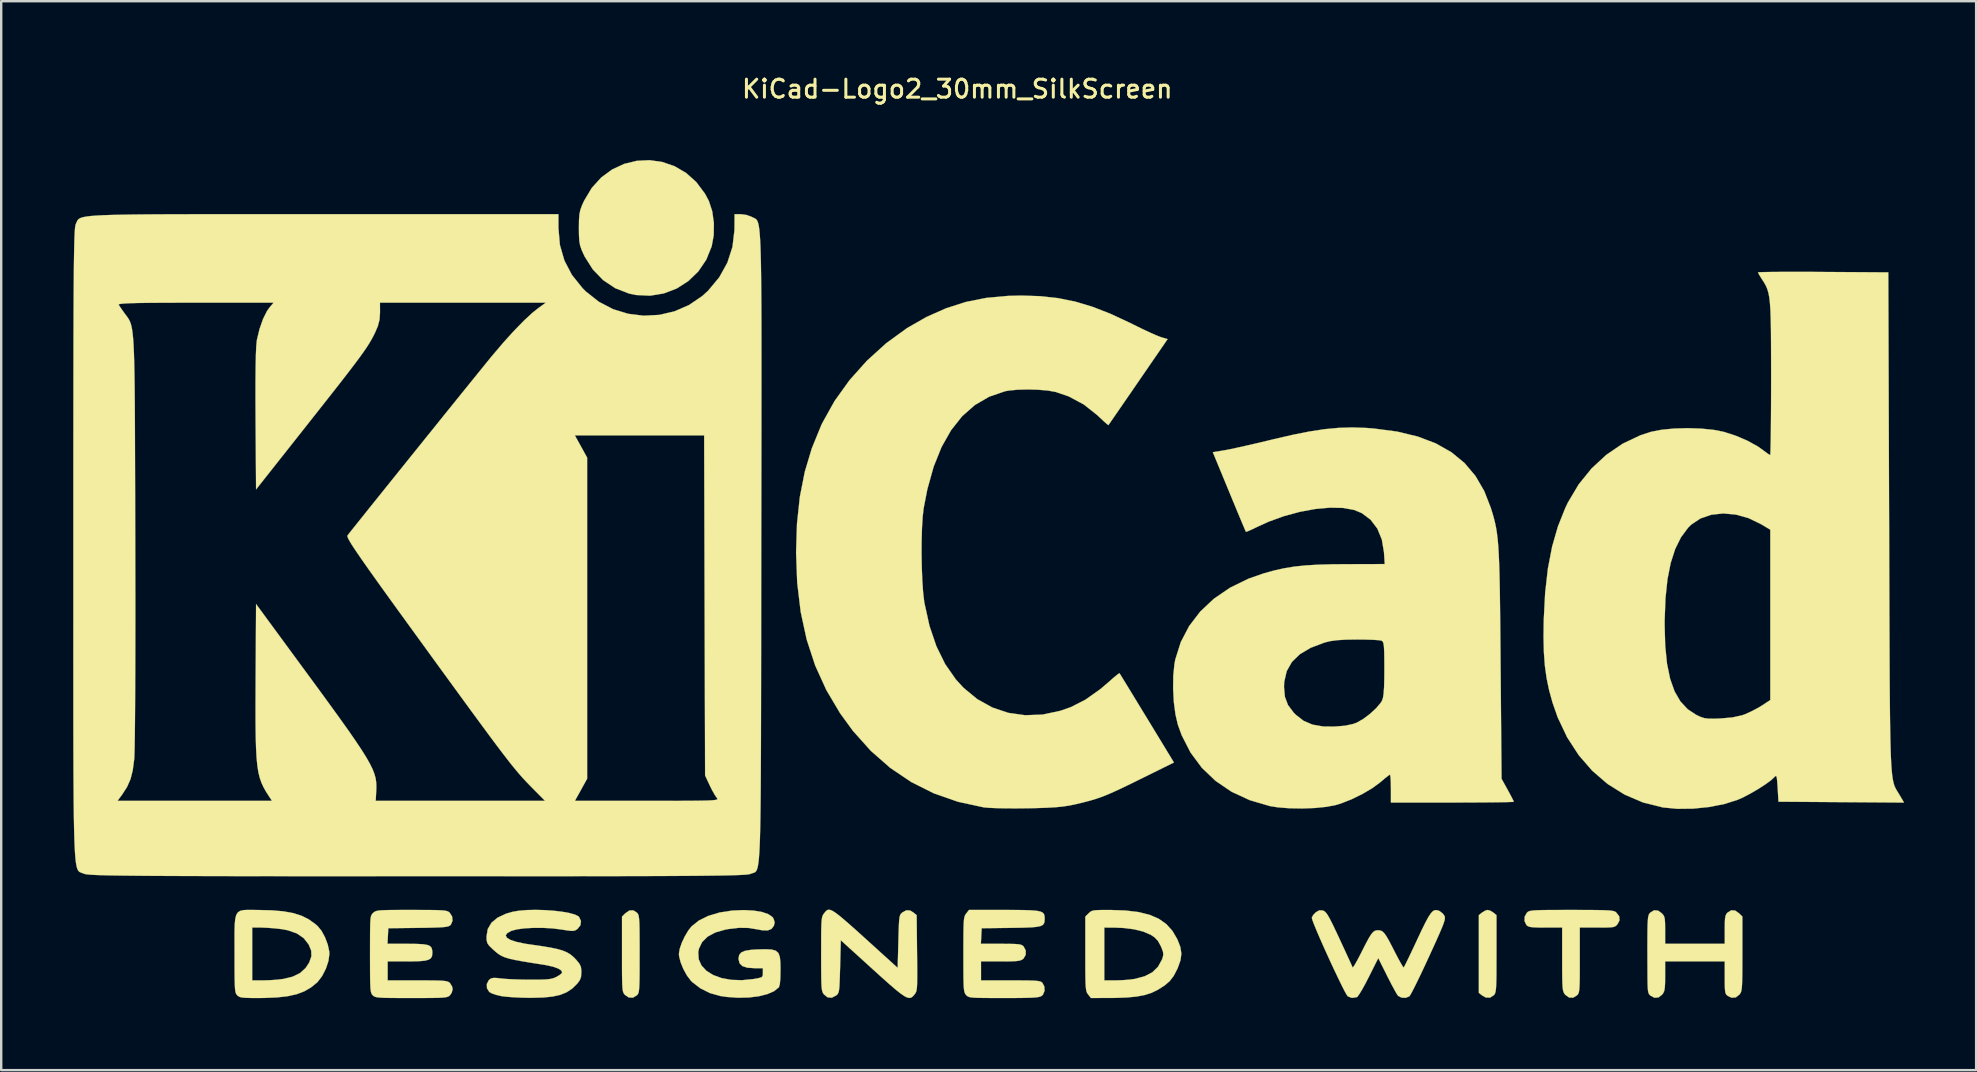
<source format=kicad_pcb>
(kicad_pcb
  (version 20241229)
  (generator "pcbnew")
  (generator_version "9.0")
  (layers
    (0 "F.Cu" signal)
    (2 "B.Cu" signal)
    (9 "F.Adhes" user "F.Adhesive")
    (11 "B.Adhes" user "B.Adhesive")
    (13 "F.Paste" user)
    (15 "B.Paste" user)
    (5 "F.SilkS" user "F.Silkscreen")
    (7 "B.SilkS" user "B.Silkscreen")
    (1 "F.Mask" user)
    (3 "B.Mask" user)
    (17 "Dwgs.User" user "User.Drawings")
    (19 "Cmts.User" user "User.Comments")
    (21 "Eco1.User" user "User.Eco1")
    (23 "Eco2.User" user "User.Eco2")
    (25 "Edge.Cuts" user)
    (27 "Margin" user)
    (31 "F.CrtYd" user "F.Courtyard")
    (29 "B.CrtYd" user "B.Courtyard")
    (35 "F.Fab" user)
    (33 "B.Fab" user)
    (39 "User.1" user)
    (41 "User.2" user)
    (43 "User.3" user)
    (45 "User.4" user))
  (footprint "KiCad-Logo2_30mm_SilkScreen"
    (layer "F.Cu")
    (at 38.106 18.438)
    (property "Reference" "KiCad-Logo2_30mm_SilkScreen" (at -1.27 -17.78 0) (layer "F.SilkS") (effects (font (size 0.75 0.75) (thickness 0.125))))
    (attr exclude_from_pos_files exclude_from_bom allow_missing_courtyard)
    (fp_poly (pts (xy 20.943 16.459) (xy 21.062 16.533) (xy 21.195 16.641) (xy 21.195 18.249) (xy 21.194 18.719) (xy 21.193 19.09) (xy 21.189 19.374) (xy 21.182 19.584) (xy 21.171 19.734) (xy 21.155 19.836) (xy 21.134 19.905) (xy 21.107 19.952) (xy 21.087 19.975) (xy 20.93 20.078) (xy 20.751 20.074) (xy 20.594 19.986) (xy 20.461 19.878) (xy 20.461 16.641) (xy 20.594 16.533) (xy 20.723 16.455) (xy 20.828 16.425) (xy 20.943 16.459)) (stroke (width 0.01) (type solid)) (fill yes) (layer "F.SilkS"))
    (fp_poly (pts (xy -14.619 16.538) (xy -14.586 16.576) (xy -14.56 16.625) (xy -14.541 16.698) (xy -14.527 16.808) (xy -14.517 16.968) (xy -14.511 17.192) (xy -14.508 17.492) (xy -14.506 17.881) (xy -14.506 18.26) (xy -14.507 18.729) (xy -14.508 19.098) (xy -14.512 19.381) (xy -14.519 19.59) (xy -14.529 19.739) (xy -14.544 19.84) (xy -14.565 19.907) (xy -14.593 19.952) (xy -14.619 19.981) (xy -14.784 20.08) (xy -14.96 20.071) (xy -15.117 19.964) (xy -15.153 19.922) (xy -15.182 19.873) (xy -15.203 19.804) (xy -15.218 19.702) (xy -15.229 19.553) (xy -15.235 19.343) (xy -15.239 19.059) (xy -15.24 18.688) (xy -15.24 18.268) (xy -15.24 16.702) (xy -15.101 16.564) (xy -14.931 16.447) (xy -14.765 16.443) (xy -14.619 16.538)) (stroke (width 0.01) (type solid)) (fill yes) (layer "F.SilkS"))
    (fp_poly (pts (xy -13.557 -14.738) (xy -13.044 -14.56) (xy -12.567 -14.28) (xy -12.141 -13.898) (xy -11.781 -13.415) (xy -11.619 -13.11) (xy -11.48 -12.683) (xy -11.412 -12.191) (xy -11.419 -11.684) (xy -11.503 -11.226) (xy -11.73 -10.665) (xy -12.061 -10.179) (xy -12.477 -9.777) (xy -12.961 -9.468) (xy -13.499 -9.262) (xy -14.071 -9.168) (xy -14.662 -9.197) (xy -14.953 -9.259) (xy -15.521 -9.48) (xy -16.025 -9.817) (xy -16.454 -10.26) (xy -16.795 -10.798) (xy -16.823 -10.856) (xy -16.923 -11.077) (xy -16.986 -11.263) (xy -17.02 -11.459) (xy -17.033 -11.71) (xy -17.036 -11.983) (xy -17.032 -12.311) (xy -17.015 -12.549) (xy -16.976 -12.741) (xy -16.906 -12.933) (xy -16.82 -13.122) (xy -16.498 -13.66) (xy -16.103 -14.095) (xy -15.648 -14.428) (xy -15.151 -14.659) (xy -14.626 -14.787) (xy -14.09 -14.814) (xy -13.557 -14.738)) (stroke (width 0.01) (type solid)) (fill yes) (layer "F.SilkS"))
    (fp_poly (pts (xy 24.815 16.426) (xy 25.209 16.428) (xy 25.514 16.432) (xy 25.744 16.438) (xy 25.911 16.448) (xy 26.026 16.463) (xy 26.103 16.481) (xy 26.154 16.506) (xy 26.179 16.524) (xy 26.307 16.687) (xy 26.323 16.856) (xy 26.244 17.009) (xy 26.192 17.07) (xy 26.136 17.112) (xy 26.055 17.138) (xy 25.928 17.152) (xy 25.734 17.158) (xy 25.451 17.159) (xy 25.396 17.159) (xy 24.666 17.159) (xy 24.666 18.514) (xy 24.666 18.941) (xy 24.664 19.269) (xy 24.659 19.514) (xy 24.65 19.689) (xy 24.636 19.809) (xy 24.616 19.888) (xy 24.588 19.941) (xy 24.553 19.981) (xy 24.389 20.081) (xy 24.217 20.073) (xy 24.061 19.96) (xy 24.049 19.945) (xy 24.012 19.892) (xy 23.984 19.83) (xy 23.963 19.744) (xy 23.949 19.619) (xy 23.94 19.439) (xy 23.935 19.19) (xy 23.933 18.857) (xy 23.932 18.478) (xy 23.932 17.159) (xy 23.236 17.159) (xy 22.937 17.157) (xy 22.73 17.149) (xy 22.594 17.133) (xy 22.508 17.105) (xy 22.452 17.063) (xy 22.445 17.056) (xy 22.364 16.89) (xy 22.371 16.702) (xy 22.465 16.538) (xy 22.501 16.506) (xy 22.548 16.481) (xy 22.618 16.462) (xy 22.723 16.448) (xy 22.877 16.438) (xy 23.091 16.431) (xy 23.378 16.427) (xy 23.751 16.426) (xy 24.221 16.425) (xy 24.321 16.425) (xy 24.815 16.426)) (stroke (width 0.01) (type solid)) (fill yes) (layer "F.SilkS"))
    (fp_poly (pts (xy 31.144 16.453) (xy 31.301 16.564) (xy 31.44 16.702) (xy 31.44 18.25) (xy 31.439 18.709) (xy 31.437 19.069) (xy 31.433 19.344) (xy 31.426 19.547) (xy 31.415 19.692) (xy 31.398 19.792) (xy 31.376 19.862) (xy 31.346 19.914) (xy 31.323 19.945) (xy 31.169 20.068) (xy 30.992 20.082) (xy 30.831 20.006) (xy 30.778 19.962) (xy 30.742 19.903) (xy 30.721 19.808) (xy 30.71 19.655) (xy 30.706 19.423) (xy 30.706 19.244) (xy 30.706 18.57) (xy 28.222 18.57) (xy 28.222 19.183) (xy 28.22 19.464) (xy 28.209 19.657) (xy 28.188 19.787) (xy 28.15 19.879) (xy 28.105 19.945) (xy 27.951 20.068) (xy 27.776 20.083) (xy 27.609 19.995) (xy 27.563 19.95) (xy 27.531 19.889) (xy 27.509 19.795) (xy 27.497 19.648) (xy 27.49 19.43) (xy 27.487 19.121) (xy 27.487 19.05) (xy 27.484 18.468) (xy 27.483 17.989) (xy 27.484 17.601) (xy 27.486 17.294) (xy 27.491 17.058) (xy 27.5 16.883) (xy 27.511 16.756) (xy 27.527 16.669) (xy 27.548 16.61) (xy 27.573 16.569) (xy 27.601 16.538) (xy 27.761 16.439) (xy 27.927 16.453) (xy 28.084 16.564) (xy 28.147 16.636) (xy 28.188 16.715) (xy 28.21 16.828) (xy 28.22 17) (xy 28.222 17.259) (xy 28.222 17.269) (xy 28.222 17.836) (xy 30.706 17.836) (xy 30.706 17.244) (xy 30.708 16.971) (xy 30.718 16.786) (xy 30.74 16.667) (xy 30.777 16.587) (xy 30.819 16.538) (xy 30.978 16.439) (xy 31.144 16.453)) (stroke (width 0.01) (type solid)) (fill yes) (layer "F.SilkS"))
    (fp_poly (pts (xy 5.092 16.426) (xy 5.736 16.448) (xy 6.285 16.514) (xy 6.746 16.629) (xy 7.129 16.795) (xy 7.443 17.018) (xy 7.696 17.301) (xy 7.898 17.648) (xy 7.902 17.657) (xy 8.023 17.967) (xy 8.066 18.243) (xy 8.031 18.519) (xy 7.918 18.835) (xy 7.897 18.883) (xy 7.751 19.165) (xy 7.587 19.382) (xy 7.375 19.567) (xy 7.086 19.751) (xy 7.069 19.76) (xy 6.818 19.881) (xy 6.533 19.971) (xy 6.198 20.034) (xy 5.793 20.073) (xy 5.3 20.09) (xy 5.126 20.091) (xy 4.298 20.094) (xy 4.181 19.945) (xy 4.146 19.897) (xy 4.119 19.839) (xy 4.099 19.76) (xy 4.084 19.646) (xy 4.074 19.482) (xy 4.071 19.36) (xy 4.854 19.36) (xy 5.324 19.36) (xy 5.598 19.352) (xy 5.88 19.331) (xy 6.112 19.301) (xy 6.126 19.299) (xy 6.537 19.189) (xy 6.856 19.023) (xy 7.092 18.794) (xy 7.257 18.495) (xy 7.286 18.415) (xy 7.314 18.292) (xy 7.301 18.17) (xy 7.242 18.007) (xy 7.207 17.927) (xy 7.09 17.715) (xy 6.949 17.566) (xy 6.795 17.463) (xy 6.485 17.328) (xy 6.088 17.23) (xy 5.626 17.174) (xy 5.292 17.161) (xy 4.854 17.159) (xy 4.854 19.36) (xy 4.071 19.36) (xy 4.068 19.255) (xy 4.065 18.952) (xy 4.064 18.558) (xy 4.064 18.25) (xy 4.064 16.702) (xy 4.203 16.564) (xy 4.264 16.508) (xy 4.331 16.469) (xy 4.423 16.445) (xy 4.564 16.432) (xy 4.774 16.427) (xy 5.074 16.426) (xy 5.092 16.426)) (stroke (width 0.01) (type solid)) (fill yes) (layer "F.SilkS"))
    (fp_poly (pts (xy -30.607 16.425) (xy -30.409 16.427) (xy -29.831 16.441) (xy -29.347 16.483) (xy -28.94 16.556) (xy -28.594 16.666) (xy -28.292 16.817) (xy -28.019 17.013) (xy -27.921 17.098) (xy -27.759 17.297) (xy -27.613 17.567) (xy -27.5 17.867) (xy -27.438 18.154) (xy -27.432 18.26) (xy -27.472 18.554) (xy -27.579 18.875) (xy -27.735 19.179) (xy -27.919 19.422) (xy -27.949 19.451) (xy -28.203 19.657) (xy -28.481 19.817) (xy -28.798 19.937) (xy -29.172 20.02) (xy -29.619 20.07) (xy -30.153 20.092) (xy -30.398 20.094) (xy -30.709 20.093) (xy -30.928 20.086) (xy -31.075 20.073) (xy -31.17 20.049) (xy -31.235 20.013) (xy -31.27 19.981) (xy -31.303 19.943) (xy -31.329 19.895) (xy -31.349 19.822) (xy -31.363 19.712) (xy -31.372 19.551) (xy -31.378 19.328) (xy -31.382 19.028) (xy -31.383 18.638) (xy -31.383 18.26) (xy -31.384 17.755) (xy -31.384 17.352) (xy -31.379 17.159) (xy -30.649 17.159) (xy -30.649 19.36) (xy -30.184 19.36) (xy -29.903 19.352) (xy -29.61 19.331) (xy -29.365 19.302) (xy -29.358 19.301) (xy -28.962 19.205) (xy -28.655 19.056) (xy -28.422 18.844) (xy -28.273 18.615) (xy -28.182 18.36) (xy -28.189 18.121) (xy -28.295 17.865) (xy -28.502 17.599) (xy -28.79 17.403) (xy -29.164 17.272) (xy -29.414 17.225) (xy -29.697 17.193) (xy -29.998 17.169) (xy -30.253 17.159) (xy -30.268 17.159) (xy -30.649 17.159) (xy -31.379 17.159) (xy -31.376 17.039) (xy -31.355 16.805) (xy -31.314 16.639) (xy -31.248 16.529) (xy -31.15 16.464) (xy -31.014 16.432) (xy -30.835 16.423) (xy -30.607 16.425)) (stroke (width 0.01) (type solid)) (fill yes) (layer "F.SilkS"))
    (fp_poly (pts (xy -6.501 16.447) (xy -6.383 16.516) (xy -6.229 16.629) (xy -6.03 16.792) (xy -5.78 17.009) (xy -5.469 17.285) (xy -5.09 17.627) (xy -4.657 18.02) (xy -3.754 18.839) (xy -3.725 17.74) (xy -3.715 17.362) (xy -3.705 17.08) (xy -3.694 16.879) (xy -3.678 16.741) (xy -3.656 16.652) (xy -3.626 16.594) (xy -3.585 16.551) (xy -3.564 16.533) (xy -3.391 16.438) (xy -3.227 16.452) (xy -3.097 16.533) (xy -2.963 16.641) (xy -2.947 18.216) (xy -2.942 18.679) (xy -2.94 19.043) (xy -2.941 19.321) (xy -2.945 19.527) (xy -2.954 19.674) (xy -2.969 19.776) (xy -2.99 19.847) (xy -3.018 19.9) (xy -3.05 19.942) (xy -3.117 20.021) (xy -3.184 20.073) (xy -3.261 20.093) (xy -3.355 20.075) (xy -3.477 20.014) (xy -3.636 19.904) (xy -3.842 19.74) (xy -4.103 19.515) (xy -4.429 19.224) (xy -4.798 18.89) (xy -6.124 17.687) (xy -6.152 18.783) (xy -6.163 19.161) (xy -6.173 19.442) (xy -6.184 19.643) (xy -6.2 19.779) (xy -6.222 19.869) (xy -6.252 19.926) (xy -6.293 19.969) (xy -6.314 19.986) (xy -6.499 20.082) (xy -6.674 20.067) (xy -6.826 19.945) (xy -6.86 19.896) (xy -6.888 19.839) (xy -6.908 19.76) (xy -6.923 19.645) (xy -6.932 19.48) (xy -6.938 19.253) (xy -6.941 18.948) (xy -6.943 18.552) (xy -6.943 18.26) (xy -6.942 17.802) (xy -6.941 17.443) (xy -6.937 17.17) (xy -6.929 16.969) (xy -6.918 16.825) (xy -6.901 16.725) (xy -6.878 16.656) (xy -6.848 16.604) (xy -6.826 16.574) (xy -6.769 16.503) (xy -6.717 16.45) (xy -6.659 16.419) (xy -6.59 16.417) (xy -6.501 16.447)) (stroke (width 0.01) (type solid)) (fill yes) (layer "F.SilkS"))
    (fp_poly (pts (xy -9.75 16.453) (xy -9.408 16.51) (xy -9.145 16.6) (xy -8.974 16.717) (xy -8.927 16.785) (xy -8.879 16.941) (xy -8.911 17.082) (xy -9.012 17.216) (xy -9.169 17.279) (xy -9.396 17.273) (xy -9.572 17.24) (xy -9.962 17.175) (xy -10.361 17.169) (xy -10.808 17.221) (xy -10.931 17.243) (xy -11.346 17.361) (xy -11.671 17.535) (xy -11.902 17.763) (xy -12.036 18.042) (xy -12.063 18.187) (xy -12.045 18.48) (xy -11.929 18.739) (xy -11.724 18.96) (xy -11.442 19.136) (xy -11.094 19.264) (xy -10.689 19.338) (xy -10.239 19.352) (xy -9.755 19.303) (xy -9.727 19.298) (xy -9.534 19.262) (xy -9.427 19.228) (xy -9.381 19.176) (xy -9.37 19.09) (xy -9.37 19.044) (xy -9.37 18.852) (xy -9.712 18.852) (xy -10.014 18.832) (xy -10.221 18.766) (xy -10.341 18.649) (xy -10.384 18.475) (xy -10.385 18.452) (xy -10.359 18.303) (xy -10.272 18.197) (xy -10.11 18.127) (xy -9.859 18.086) (xy -9.616 18.071) (xy -9.262 18.062) (xy -9.006 18.075) (xy -8.831 18.124) (xy -8.722 18.222) (xy -8.664 18.382) (xy -8.64 18.619) (xy -8.636 18.93) (xy -8.643 19.278) (xy -8.664 19.514) (xy -8.7 19.64) (xy -8.707 19.65) (xy -8.901 19.808) (xy -9.186 19.932) (xy -9.544 20.022) (xy -9.957 20.073) (xy -10.406 20.083) (xy -10.873 20.05) (xy -11.148 20.01) (xy -11.579 19.888) (xy -11.979 19.688) (xy -12.315 19.429) (xy -12.366 19.378) (xy -12.532 19.16) (xy -12.681 18.891) (xy -12.797 18.608) (xy -12.861 18.351) (xy -12.869 18.253) (xy -12.836 18.047) (xy -12.748 17.791) (xy -12.621 17.522) (xy -12.474 17.276) (xy -12.344 17.112) (xy -12.039 16.867) (xy -11.645 16.673) (xy -11.176 16.532) (xy -10.646 16.451) (xy -10.16 16.431) (xy -9.75 16.453)) (stroke (width 0.01) (type solid)) (fill yes) (layer "F.SilkS"))
    (fp_poly (pts (xy 1.152 16.426) (xy 1.534 16.431) (xy 1.826 16.442) (xy 2.041 16.461) (xy 2.191 16.491) (xy 2.287 16.535) (xy 2.341 16.596) (xy 2.365 16.675) (xy 2.371 16.775) (xy 2.371 16.787) (xy 2.366 16.9) (xy 2.342 16.988) (xy 2.287 17.053) (xy 2.187 17.1) (xy 2.029 17.131) (xy 1.801 17.151) (xy 1.49 17.163) (xy 1.081 17.17) (xy 0.956 17.172) (xy -0.254 17.187) (xy -0.271 17.512) (xy -0.288 17.836) (xy 0.553 17.836) (xy 0.881 17.838) (xy 1.116 17.843) (xy 1.275 17.854) (xy 1.379 17.874) (xy 1.445 17.904) (xy 1.494 17.947) (xy 1.494 17.947) (xy 1.582 18.116) (xy 1.579 18.297) (xy 1.487 18.452) (xy 1.468 18.468) (xy 1.404 18.509) (xy 1.315 18.538) (xy 1.183 18.556) (xy 0.987 18.566) (xy 0.708 18.57) (xy 0.53 18.57) (xy -0.282 18.57) (xy -0.282 19.36) (xy 0.951 19.36) (xy 1.358 19.361) (xy 1.667 19.364) (xy 1.893 19.37) (xy 2.051 19.381) (xy 2.156 19.398) (xy 2.223 19.421) (xy 2.266 19.452) (xy 2.277 19.464) (xy 2.358 19.621) (xy 2.364 19.801) (xy 2.298 19.956) (xy 2.245 20.006) (xy 2.191 20.034) (xy 2.106 20.055) (xy 1.978 20.071) (xy 1.794 20.082) (xy 1.539 20.089) (xy 1.2 20.093) (xy 0.765 20.094) (xy 0.667 20.094) (xy 0.225 20.094) (xy -0.119 20.092) (xy -0.377 20.088) (xy -0.564 20.081) (xy -0.694 20.069) (xy -0.78 20.051) (xy -0.837 20.026) (xy -0.878 19.994) (xy -0.901 19.971) (xy -0.935 19.929) (xy -0.961 19.878) (xy -0.981 19.804) (xy -0.996 19.693) (xy -1.006 19.532) (xy -1.012 19.307) (xy -1.015 19.006) (xy -1.016 18.615) (xy -1.016 18.285) (xy -1.016 17.823) (xy -1.014 17.461) (xy -1.01 17.184) (xy -1.003 16.979) (xy -0.992 16.832) (xy -0.975 16.731) (xy -0.953 16.66) (xy -0.924 16.607) (xy -0.899 16.574) (xy -0.782 16.425) (xy 0.669 16.425) (xy 1.152 16.426)) (stroke (width 0.01) (type solid)) (fill yes) (layer "F.SilkS"))
    (fp_poly (pts (xy -23.564 16.426) (xy -23.217 16.428) (xy -22.955 16.432) (xy -22.764 16.44) (xy -22.631 16.452) (xy -22.541 16.47) (xy -22.48 16.494) (xy -22.435 16.526) (xy -22.419 16.54) (xy -22.32 16.696) (xy -22.302 16.874) (xy -22.367 17.033) (xy -22.398 17.065) (xy -22.446 17.096) (xy -22.525 17.12) (xy -22.647 17.138) (xy -22.828 17.151) (xy -23.083 17.16) (xy -23.425 17.168) (xy -23.738 17.172) (xy -24.977 17.187) (xy -24.994 17.512) (xy -25.011 17.836) (xy -24.17 17.836) (xy -23.805 17.84) (xy -23.538 17.853) (xy -23.353 17.882) (xy -23.236 17.932) (xy -23.172 18.008) (xy -23.146 18.117) (xy -23.142 18.219) (xy -23.155 18.343) (xy -23.201 18.435) (xy -23.297 18.498) (xy -23.456 18.539) (xy -23.692 18.561) (xy -24.02 18.569) (xy -24.199 18.57) (xy -25.005 18.57) (xy -25.005 19.36) (xy -23.763 19.36) (xy -23.356 19.361) (xy -23.047 19.364) (xy -22.82 19.369) (xy -22.66 19.38) (xy -22.553 19.396) (xy -22.482 19.419) (xy -22.433 19.45) (xy -22.408 19.473) (xy -22.323 19.608) (xy -22.296 19.727) (xy -22.335 19.873) (xy -22.408 19.981) (xy -22.448 20.015) (xy -22.498 20.042) (xy -22.574 20.061) (xy -22.689 20.076) (xy -22.856 20.085) (xy -23.088 20.09) (xy -23.401 20.093) (xy -23.807 20.094) (xy -24.017 20.094) (xy -24.468 20.094) (xy -24.82 20.092) (xy -25.086 20.088) (xy -25.28 20.08) (xy -25.415 20.068) (xy -25.506 20.051) (xy -25.566 20.028) (xy -25.609 19.997) (xy -25.626 19.981) (xy -25.659 19.943) (xy -25.685 19.894) (xy -25.704 19.821) (xy -25.718 19.711) (xy -25.728 19.55) (xy -25.734 19.326) (xy -25.737 19.024) (xy -25.738 18.634) (xy -25.739 18.27) (xy -25.738 17.804) (xy -25.737 17.437) (xy -25.734 17.157) (xy -25.728 16.951) (xy -25.718 16.804) (xy -25.703 16.705) (xy -25.681 16.639) (xy -25.653 16.594) (xy -25.617 16.556) (xy -25.608 16.548) (xy -25.565 16.511) (xy -25.514 16.482) (xy -25.443 16.461) (xy -25.337 16.445) (xy -25.182 16.435) (xy -24.964 16.429) (xy -24.669 16.426) (xy -24.284 16.425) (xy -24.01 16.425) (xy -23.564 16.426)) (stroke (width 0.01) (type solid)) (fill yes) (layer "F.SilkS"))
    (fp_poly (pts (xy 18.723 16.435) (xy 18.821 16.47) (xy 18.825 16.472) (xy 18.958 16.573) (xy 19.031 16.678) (xy 19.046 16.727) (xy 19.045 16.792) (xy 19.025 16.884) (xy 18.981 17.016) (xy 18.908 17.199) (xy 18.803 17.443) (xy 18.661 17.762) (xy 18.477 18.165) (xy 18.376 18.386) (xy 18.193 18.78) (xy 18.022 19.142) (xy 17.868 19.459) (xy 17.738 19.719) (xy 17.64 19.906) (xy 17.578 20.009) (xy 17.566 20.024) (xy 17.411 20.087) (xy 17.236 20.078) (xy 17.095 20.002) (xy 17.089 19.995) (xy 17.033 19.911) (xy 16.94 19.746) (xy 16.819 19.522) (xy 16.684 19.26) (xy 16.636 19.164) (xy 16.27 18.431) (xy 15.871 19.227) (xy 15.729 19.502) (xy 15.597 19.741) (xy 15.486 19.924) (xy 15.407 20.035) (xy 15.38 20.059) (xy 15.171 20.091) (xy 14.999 20.024) (xy 14.949 19.952) (xy 14.861 19.793) (xy 14.744 19.563) (xy 14.604 19.276) (xy 14.448 18.949) (xy 14.284 18.598) (xy 14.119 18.236) (xy 13.959 17.882) (xy 13.813 17.549) (xy 13.687 17.254) (xy 13.588 17.012) (xy 13.524 16.84) (xy 13.501 16.751) (xy 13.501 16.748) (xy 13.557 16.637) (xy 13.667 16.524) (xy 13.674 16.519) (xy 13.809 16.442) (xy 13.935 16.443) (xy 13.982 16.457) (xy 14.039 16.489) (xy 14.1 16.55) (xy 14.172 16.655) (xy 14.262 16.815) (xy 14.377 17.043) (xy 14.525 17.353) (xy 14.659 17.639) (xy 14.812 17.971) (xy 14.95 18.269) (xy 15.065 18.519) (xy 15.149 18.703) (xy 15.196 18.808) (xy 15.203 18.824) (xy 15.233 18.797) (xy 15.304 18.686) (xy 15.405 18.505) (xy 15.528 18.271) (xy 15.576 18.175) (xy 15.741 17.85) (xy 15.868 17.613) (xy 15.968 17.451) (xy 16.051 17.35) (xy 16.128 17.295) (xy 16.208 17.274) (xy 16.261 17.272) (xy 16.353 17.28) (xy 16.435 17.314) (xy 16.515 17.388) (xy 16.606 17.515) (xy 16.719 17.71) (xy 16.863 17.987) (xy 16.943 18.145) (xy 17.073 18.395) (xy 17.186 18.604) (xy 17.272 18.751) (xy 17.322 18.821) (xy 17.329 18.824) (xy 17.361 18.769) (xy 17.434 18.626) (xy 17.539 18.411) (xy 17.669 18.138) (xy 17.818 17.822) (xy 17.891 17.665) (xy 18.081 17.26) (xy 18.235 16.949) (xy 18.359 16.72) (xy 18.462 16.565) (xy 18.551 16.472) (xy 18.636 16.433) (xy 18.723 16.435)) (stroke (width 0.01) (type solid)) (fill yes) (layer "F.SilkS"))
    (fp_poly (pts (xy -18.459 16.432) (xy -18.084 16.458) (xy -17.737 16.499) (xy -17.435 16.553) (xy -17.2 16.618) (xy -17.052 16.694) (xy -17.029 16.716) (xy -16.95 16.889) (xy -16.974 17.067) (xy -17.097 17.219) (xy -17.103 17.223) (xy -17.175 17.27) (xy -17.25 17.294) (xy -17.355 17.297) (xy -17.516 17.279) (xy -17.76 17.241) (xy -17.78 17.238) (xy -18.144 17.193) (xy -18.536 17.171) (xy -18.93 17.171) (xy -19.297 17.191) (xy -19.61 17.232) (xy -19.842 17.293) (xy -19.857 17.299) (xy -20.025 17.393) (xy -20.084 17.488) (xy -20.038 17.582) (xy -19.89 17.672) (xy -19.645 17.754) (xy -19.305 17.827) (xy -19.078 17.862) (xy -18.607 17.929) (xy -18.233 17.991) (xy -17.939 18.052) (xy -17.709 18.118) (xy -17.528 18.195) (xy -17.379 18.286) (xy -17.247 18.399) (xy -17.141 18.51) (xy -17.015 18.664) (xy -16.953 18.797) (xy -16.934 18.96) (xy -16.933 19.02) (xy -16.948 19.219) (xy -17.006 19.366) (xy -17.107 19.497) (xy -17.311 19.698) (xy -17.539 19.851) (xy -17.808 19.961) (xy -18.133 20.034) (xy -18.534 20.074) (xy -19.025 20.086) (xy -19.106 20.086) (xy -19.434 20.079) (xy -19.759 20.064) (xy -20.046 20.042) (xy -20.26 20.016) (xy -20.277 20.013) (xy -20.489 19.962) (xy -20.669 19.899) (xy -20.771 19.841) (xy -20.866 19.688) (xy -20.872 19.51) (xy -20.79 19.351) (xy -20.772 19.333) (xy -20.697 19.279) (xy -20.602 19.256) (xy -20.456 19.26) (xy -20.278 19.281) (xy -20.08 19.299) (xy -19.802 19.314) (xy -19.477 19.325) (xy -19.139 19.331) (xy -19.05 19.331) (xy -18.711 19.33) (xy -18.462 19.323) (xy -18.283 19.309) (xy -18.151 19.285) (xy -18.045 19.249) (xy -17.981 19.219) (xy -17.84 19.136) (xy -17.75 19.061) (xy -17.737 19.039) (xy -17.765 18.951) (xy -17.896 18.866) (xy -18.122 18.787) (xy -18.434 18.719) (xy -18.526 18.704) (xy -19.005 18.629) (xy -19.388 18.566) (xy -19.689 18.511) (xy -19.922 18.459) (xy -20.103 18.405) (xy -20.246 18.346) (xy -20.366 18.276) (xy -20.478 18.191) (xy -20.597 18.087) (xy -20.637 18.05) (xy -20.777 17.913) (xy -20.851 17.805) (xy -20.88 17.681) (xy -20.884 17.525) (xy -20.833 17.219) (xy -20.679 16.958) (xy -20.423 16.745) (xy -20.066 16.579) (xy -19.812 16.505) (xy -19.535 16.457) (xy -19.204 16.43) (xy -18.839 16.422) (xy -18.459 16.432)) (stroke (width 0.01) (type solid)) (fill yes) (layer "F.SilkS"))
    (fp_poly (pts (xy 2.188 -9.148) (xy 2.924 -9.067) (xy 3.638 -8.923) (xy 4.357 -8.708) (xy 5.111 -8.414) (xy 5.93 -8.033) (xy 6.078 -7.959) (xy 6.416 -7.793) (xy 6.735 -7.643) (xy 7.003 -7.524) (xy 7.189 -7.45) (xy 7.218 -7.44) (xy 7.492 -7.358) (xy 6.265 -5.574) (xy 5.966 -5.138) (xy 5.691 -4.739) (xy 5.452 -4.392) (xy 5.257 -4.11) (xy 5.116 -3.905) (xy 5.038 -3.793) (xy 5.026 -3.775) (xy 4.974 -3.812) (xy 4.847 -3.924) (xy 4.668 -4.091) (xy 4.569 -4.185) (xy 4.007 -4.631) (xy 3.377 -4.97) (xy 2.834 -5.156) (xy 2.508 -5.215) (xy 2.099 -5.25) (xy 1.657 -5.262) (xy 1.228 -5.25) (xy 0.861 -5.213) (xy 0.715 -5.185) (xy 0.055 -4.958) (xy -0.539 -4.612) (xy -1.068 -4.146) (xy -1.53 -3.563) (xy -1.927 -2.861) (xy -2.256 -2.043) (xy -2.517 -1.108) (xy -2.673 -0.307) (xy -2.713 0.046) (xy -2.741 0.503) (xy -2.756 1.029) (xy -2.759 1.594) (xy -2.749 2.163) (xy -2.728 2.703) (xy -2.695 3.184) (xy -2.65 3.57) (xy -2.641 3.629) (xy -2.429 4.59) (xy -2.141 5.439) (xy -1.775 6.183) (xy -1.328 6.823) (xy -1.011 7.169) (xy -0.441 7.64) (xy 0.184 7.988) (xy 0.853 8.213) (xy 1.557 8.312) (xy 2.284 8.285) (xy 3.023 8.128) (xy 3.461 7.974) (xy 4.066 7.666) (xy 4.69 7.225) (xy 5.04 6.926) (xy 5.236 6.753) (xy 5.39 6.626) (xy 5.478 6.565) (xy 5.489 6.563) (xy 5.528 6.626) (xy 5.629 6.791) (xy 5.784 7.044) (xy 5.985 7.372) (xy 6.221 7.76) (xy 6.485 8.193) (xy 6.633 8.435) (xy 7.756 10.281) (xy 6.353 10.974) (xy 5.846 11.223) (xy 5.435 11.419) (xy 5.095 11.573) (xy 4.802 11.693) (xy 4.529 11.79) (xy 4.252 11.873) (xy 3.946 11.953) (xy 3.653 12.022) (xy 3.392 12.076) (xy 3.12 12.117) (xy 2.808 12.147) (xy 2.429 12.168) (xy 1.957 12.183) (xy 1.639 12.189) (xy 1.185 12.194) (xy 0.749 12.192) (xy 0.361 12.183) (xy 0.049 12.17) (xy -0.157 12.152) (xy -0.169 12.15) (xy -1.242 11.918) (xy -2.249 11.566) (xy -3.19 11.095) (xy -4.066 10.504) (xy -4.875 9.794) (xy -5.617 8.965) (xy -6.154 8.228) (xy -6.726 7.263) (xy -7.189 6.245) (xy -7.544 5.164) (xy -7.794 4.013) (xy -7.941 2.783) (xy -7.987 1.534) (xy -7.949 0.327) (xy -7.83 -0.788) (xy -7.625 -1.828) (xy -7.33 -2.812) (xy -6.943 -3.759) (xy -6.897 -3.857) (xy -6.387 -4.774) (xy -5.761 -5.647) (xy -5.037 -6.457) (xy -4.232 -7.187) (xy -3.364 -7.818) (xy -2.555 -8.281) (xy -1.738 -8.643) (xy -0.919 -8.906) (xy -0.066 -9.076) (xy 0.851 -9.16) (xy 1.4 -9.173) (xy 2.188 -9.148)) (stroke (width 0.01) (type solid)) (fill yes) (layer "F.SilkS"))
    (fp_poly (pts (xy 34.027 -10.161) (xy 34.608 -10.159) (xy 34.806 -10.157) (xy 37.52 -10.14) (xy 37.554 0.273) (xy 37.558 1.685) (xy 37.562 2.967) (xy 37.566 4.126) (xy 37.57 5.168) (xy 37.574 6.1) (xy 37.578 6.929) (xy 37.584 7.661) (xy 37.59 8.303) (xy 37.598 8.861) (xy 37.607 9.342) (xy 37.618 9.753) (xy 37.631 10.101) (xy 37.646 10.392) (xy 37.664 10.632) (xy 37.685 10.828) (xy 37.709 10.988) (xy 37.736 11.117) (xy 37.766 11.222) (xy 37.801 11.31) (xy 37.84 11.388) (xy 37.883 11.462) (xy 37.931 11.538) (xy 37.983 11.624) (xy 37.994 11.642) (xy 38.175 11.951) (xy 35.56 11.933) (xy 32.945 11.915) (xy 32.911 11.34) (xy 32.892 11.065) (xy 32.873 10.905) (xy 32.847 10.842) (xy 32.807 10.855) (xy 32.774 10.891) (xy 32.63 11.024) (xy 32.396 11.195) (xy 32.105 11.383) (xy 31.788 11.568) (xy 31.481 11.73) (xy 31.244 11.836) (xy 30.691 12.011) (xy 30.056 12.136) (xy 29.386 12.204) (xy 28.728 12.211) (xy 28.129 12.154) (xy 28.12 12.152) (xy 27.301 11.947) (xy 26.534 11.619) (xy 25.827 11.177) (xy 25.187 10.627) (xy 24.622 9.976) (xy 24.139 9.231) (xy 23.745 8.4) (xy 23.53 7.784) (xy 23.388 7.269) (xy 23.284 6.77) (xy 23.212 6.257) (xy 23.171 5.699) (xy 23.156 5.068) (xy 23.162 4.552) (xy 28.201 4.552) (xy 28.225 5.417) (xy 28.3 6.161) (xy 28.429 6.791) (xy 28.614 7.314) (xy 28.857 7.735) (xy 29.161 8.062) (xy 29.511 8.293) (xy 29.694 8.38) (xy 29.852 8.432) (xy 30.029 8.455) (xy 30.266 8.457) (xy 30.521 8.448) (xy 31.023 8.404) (xy 31.42 8.317) (xy 31.545 8.274) (xy 31.83 8.145) (xy 32.131 7.984) (xy 32.262 7.903) (xy 32.603 7.68) (xy 32.603 0.582) (xy 32.228 0.357) (xy 31.704 0.102) (xy 31.169 -0.048) (xy 30.642 -0.096) (xy 30.143 -0.041) (xy 29.691 0.115) (xy 29.307 0.372) (xy 29.182 0.495) (xy 28.883 0.898) (xy 28.641 1.386) (xy 28.454 1.968) (xy 28.319 2.651) (xy 28.236 3.444) (xy 28.202 4.355) (xy 28.201 4.552) (xy 23.162 4.552) (xy 23.165 4.337) (xy 23.223 3.213) (xy 23.338 2.199) (xy 23.515 1.281) (xy 23.757 0.443) (xy 24.065 -0.329) (xy 24.175 -0.558) (xy 24.619 -1.304) (xy 25.155 -1.967) (xy 25.771 -2.537) (xy 26.454 -3.002) (xy 27.191 -3.352) (xy 27.634 -3.496) (xy 28.068 -3.581) (xy 28.591 -3.632) (xy 29.158 -3.649) (xy 29.725 -3.63) (xy 30.25 -3.577) (xy 30.671 -3.494) (xy 31.172 -3.331) (xy 31.658 -3.122) (xy 32.083 -2.887) (xy 32.309 -2.727) (xy 32.465 -2.609) (xy 32.575 -2.537) (xy 32.599 -2.526) (xy 32.607 -2.592) (xy 32.614 -2.782) (xy 32.621 -3.081) (xy 32.627 -3.476) (xy 32.631 -3.955) (xy 32.635 -4.504) (xy 32.637 -5.108) (xy 32.638 -5.725) (xy 32.637 -6.514) (xy 32.635 -7.179) (xy 32.631 -7.733) (xy 32.622 -8.189) (xy 32.609 -8.559) (xy 32.589 -8.857) (xy 32.562 -9.094) (xy 32.526 -9.283) (xy 32.481 -9.438) (xy 32.426 -9.571) (xy 32.358 -9.695) (xy 32.277 -9.822) (xy 32.267 -9.837) (xy 32.163 -10.002) (xy 32.1 -10.115) (xy 32.091 -10.139) (xy 32.157 -10.146) (xy 32.345 -10.152) (xy 32.641 -10.157) (xy 33.029 -10.16) (xy 33.496 -10.161) (xy 34.027 -10.161)) (stroke (width 0.01) (type solid)) (fill yes) (layer "F.SilkS"))
    (fp_poly (pts (xy 15.752 -3.659) (xy 16.091 -3.633) (xy 17.059 -3.505) (xy 17.916 -3.299) (xy 18.666 -3.014) (xy 19.315 -2.647) (xy 19.865 -2.195) (xy 20.321 -1.655) (xy 20.687 -1.024) (xy 20.954 -0.341) (xy 21.022 -0.124) (xy 21.081 0.08) (xy 21.132 0.281) (xy 21.176 0.49) (xy 21.213 0.719) (xy 21.244 0.977) (xy 21.27 1.277) (xy 21.291 1.628) (xy 21.308 2.042) (xy 21.322 2.531) (xy 21.334 3.104) (xy 21.343 3.774) (xy 21.352 4.55) (xy 21.36 5.444) (xy 21.366 6.145) (xy 21.406 10.959) (xy 21.662 11.422) (xy 21.783 11.645) (xy 21.873 11.819) (xy 21.916 11.911) (xy 21.918 11.917) (xy 21.852 11.924) (xy 21.665 11.931) (xy 21.37 11.937) (xy 20.985 11.942) (xy 20.522 11.945) (xy 19.997 11.948) (xy 19.425 11.949) (xy 19.357 11.949) (xy 16.797 11.949) (xy 16.797 11.369) (xy 16.792 11.106) (xy 16.781 10.906) (xy 16.764 10.798) (xy 16.757 10.788) (xy 16.689 10.83) (xy 16.549 10.939) (xy 16.368 11.093) (xy 16.364 11.097) (xy 16.033 11.343) (xy 15.615 11.59) (xy 15.158 11.814) (xy 14.708 11.991) (xy 14.509 12.051) (xy 14.115 12.128) (xy 13.631 12.177) (xy 13.102 12.197) (xy 12.572 12.188) (xy 12.085 12.15) (xy 11.744 12.095) (xy 10.909 11.849) (xy 10.157 11.5) (xy 9.493 11.05) (xy 8.922 10.505) (xy 8.449 9.868) (xy 8.079 9.145) (xy 7.92 8.706) (xy 7.82 8.279) (xy 7.753 7.767) (xy 7.723 7.216) (xy 7.724 7.136) (xy 12.342 7.136) (xy 12.38 7.545) (xy 12.507 7.885) (xy 12.743 8.201) (xy 12.834 8.293) (xy 13.155 8.543) (xy 13.527 8.703) (xy 13.973 8.781) (xy 14.442 8.786) (xy 14.887 8.749) (xy 15.228 8.675) (xy 15.376 8.62) (xy 15.642 8.469) (xy 15.925 8.256) (xy 16.183 8.018) (xy 16.375 7.789) (xy 16.426 7.705) (xy 16.466 7.588) (xy 16.494 7.401) (xy 16.513 7.126) (xy 16.522 6.747) (xy 16.524 6.385) (xy 16.522 5.964) (xy 16.517 5.659) (xy 16.506 5.452) (xy 16.487 5.321) (xy 16.458 5.247) (xy 16.417 5.21) (xy 16.404 5.204) (xy 16.294 5.186) (xy 16.077 5.171) (xy 15.781 5.161) (xy 15.438 5.157) (xy 15.363 5.157) (xy 14.903 5.164) (xy 14.549 5.186) (xy 14.266 5.225) (xy 14.034 5.283) (xy 13.456 5.501) (xy 13.002 5.77) (xy 12.67 6.093) (xy 12.455 6.475) (xy 12.352 6.92) (xy 12.342 7.136) (xy 7.724 7.136) (xy 7.729 6.675) (xy 7.776 6.189) (xy 7.812 5.993) (xy 8.042 5.265) (xy 8.392 4.595) (xy 8.855 3.99) (xy 9.424 3.456) (xy 10.094 2.999) (xy 10.857 2.626) (xy 11.505 2.399) (xy 11.939 2.28) (xy 12.353 2.188) (xy 12.776 2.119) (xy 13.233 2.071) (xy 13.752 2.04) (xy 14.36 2.023) (xy 14.91 2.019) (xy 16.539 2.014) (xy 16.508 1.524) (xy 16.419 0.993) (xy 16.231 0.536) (xy 15.95 0.166) (xy 15.586 -0.108) (xy 15.265 -0.241) (xy 14.806 -0.325) (xy 14.258 -0.337) (xy 13.65 -0.282) (xy 13.004 -0.163) (xy 12.348 0.014) (xy 11.708 0.245) (xy 11.242 0.457) (xy 11.018 0.566) (xy 10.847 0.641) (xy 10.76 0.671) (xy 10.756 0.67) (xy 10.726 0.604) (xy 10.651 0.428) (xy 10.538 0.16) (xy 10.394 -0.185) (xy 10.227 -0.588) (xy 10.057 -0.999) (xy 9.377 -2.647) (xy 9.861 -2.726) (xy 10.07 -2.766) (xy 10.385 -2.833) (xy 10.779 -2.921) (xy 11.224 -3.024) (xy 11.694 -3.135) (xy 11.881 -3.181) (xy 12.69 -3.368) (xy 13.398 -3.509) (xy 14.032 -3.606) (xy 14.618 -3.661) (xy 15.183 -3.678) (xy 15.752 -3.659)) (stroke (width 0.01) (type solid)) (fill yes) (layer "F.SilkS"))
    (fp_poly (pts (xy -29.619 -12.564) (xy -28.303 -12.563) (xy -27.691 -12.563) (xy -17.889 -12.563) (xy -17.889 -11.986) (xy -17.828 -11.283) (xy -17.641 -10.634) (xy -17.329 -10.036) (xy -16.889 -9.486) (xy -16.74 -9.337) (xy -16.205 -8.915) (xy -15.614 -8.607) (xy -14.986 -8.414) (xy -14.338 -8.334) (xy -13.688 -8.368) (xy -13.053 -8.516) (xy -12.451 -8.777) (xy -11.899 -9.152) (xy -11.651 -9.377) (xy -11.189 -9.932) (xy -10.851 -10.541) (xy -10.638 -11.198) (xy -10.555 -11.897) (xy -10.554 -11.966) (xy -10.549 -12.563) (xy -10.287 -12.563) (xy -10.054 -12.532) (xy -9.841 -12.455) (xy -9.827 -12.447) (xy -9.779 -12.422) (xy -9.735 -12.403) (xy -9.694 -12.383) (xy -9.658 -12.358) (xy -9.624 -12.321) (xy -9.594 -12.267) (xy -9.567 -12.19) (xy -9.543 -12.085) (xy -9.522 -11.946) (xy -9.504 -11.767) (xy -9.488 -11.543) (xy -9.474 -11.267) (xy -9.463 -10.935) (xy -9.453 -10.541) (xy -9.446 -10.078) (xy -9.44 -9.542) (xy -9.435 -8.927) (xy -9.432 -8.226) (xy -9.431 -7.435) (xy -9.43 -6.548) (xy -9.43 -5.558) (xy -9.431 -4.461) (xy -9.432 -3.251) (xy -9.434 -1.922) (xy -9.436 -0.468) (xy -9.439 1.116) (xy -9.439 1.309) (xy -9.441 2.903) (xy -9.443 4.366) (xy -9.444 5.704) (xy -9.446 6.923) (xy -9.448 8.027) (xy -9.45 9.023) (xy -9.453 9.917) (xy -9.457 10.714) (xy -9.461 11.419) (xy -9.467 12.038) (xy -9.474 12.578) (xy -9.483 13.043) (xy -9.493 13.44) (xy -9.505 13.773) (xy -9.52 14.049) (xy -9.536 14.273) (xy -9.555 14.451) (xy -9.577 14.589) (xy -9.601 14.692) (xy -9.628 14.766) (xy -9.659 14.816) (xy -9.692 14.849) (xy -9.73 14.869) (xy -9.771 14.883) (xy -9.815 14.896) (xy -9.864 14.914) (xy -9.876 14.919) (xy -9.914 14.931) (xy -9.976 14.942) (xy -10.07 14.953) (xy -10.2 14.962) (xy -10.371 14.97) (xy -10.59 14.978) (xy -10.861 14.985) (xy -11.19 14.991) (xy -11.584 14.996) (xy -12.046 15.001) (xy -12.582 15.005) (xy -13.199 15.009) (xy -13.902 15.012) (xy -14.695 15.014) (xy -15.585 15.016) (xy -16.577 15.017) (xy -17.676 15.019) (xy -18.889 15.019) (xy -20.22 15.02) (xy -21.674 15.02) (xy -23.258 15.02) (xy -23.772 15.02) (xy -25.391 15.02) (xy -26.879 15.019) (xy -28.242 15.019) (xy -29.485 15.018) (xy -30.613 15.017) (xy -31.633 15.015) (xy -32.549 15.013) (xy -33.368 15.011) (xy -34.094 15.008) (xy -34.734 15.005) (xy -35.293 15.001) (xy -35.776 14.996) (xy -36.189 14.991) (xy -36.538 14.986) (xy -36.828 14.979) (xy -37.064 14.972) (xy -37.253 14.964) (xy -37.399 14.955) (xy -37.508 14.945) (xy -37.587 14.934) (xy -37.64 14.922) (xy -37.668 14.911) (xy -37.72 14.89) (xy -37.766 14.874) (xy -37.809 14.858) (xy -37.849 14.836) (xy -37.884 14.804) (xy -37.916 14.754) (xy -37.945 14.682) (xy -37.97 14.581) (xy -37.993 14.447) (xy -38.013 14.273) (xy -38.03 14.054) (xy -38.045 13.784) (xy -38.058 13.458) (xy -38.068 13.069) (xy -38.077 12.613) (xy -38.084 12.084) (xy -38.086 11.881) (xy -36.263 11.881) (xy -29.822 11.881) (xy -29.946 11.693) (xy -30.07 11.5) (xy -30.174 11.316) (xy -30.261 11.129) (xy -30.332 10.925) (xy -30.389 10.692) (xy -30.433 10.416) (xy -30.465 10.086) (xy -30.487 9.687) (xy -30.501 9.208) (xy -30.508 8.635) (xy -30.509 7.955) (xy -30.506 7.156) (xy -30.505 6.86) (xy -30.487 3.68) (xy -28.473 6.423) (xy -27.902 7.2) (xy -27.408 7.878) (xy -26.984 8.464) (xy -26.626 8.967) (xy -26.329 9.397) (xy -26.086 9.762) (xy -25.893 10.071) (xy -25.744 10.334) (xy -25.633 10.559) (xy -25.557 10.755) (xy -25.508 10.931) (xy -25.483 11.097) (xy -25.475 11.261) (xy -25.479 11.432) (xy -25.48 11.453) (xy -25.502 11.881) (xy -21.973 11.881) (xy -18.444 11.881) (xy -18.969 11.351) (xy -19.111 11.206) (xy -19.246 11.066) (xy -19.38 10.921) (xy -19.519 10.764) (xy -19.667 10.589) (xy -19.833 10.386) (xy -20.02 10.148) (xy -20.236 9.867) (xy -20.486 9.536) (xy -20.776 9.147) (xy -21.112 8.691) (xy -21.501 8.162) (xy -21.947 7.551) (xy -22.457 6.851) (xy -23.037 6.054) (xy -23.512 5.4) (xy -24.108 4.578) (xy -24.629 3.86) (xy -25.078 3.238) (xy -25.46 2.706) (xy -25.78 2.256) (xy -26.043 1.882) (xy -26.253 1.578) (xy -26.416 1.336) (xy -26.535 1.149) (xy -26.616 1.011) (xy -26.663 0.915) (xy -26.682 0.854) (xy -26.676 0.822) (xy -26.61 0.736) (xy -26.466 0.555) (xy -26.254 0.29) (xy -25.982 -0.05) (xy -25.66 -0.453) (xy -25.294 -0.908) (xy -24.895 -1.405) (xy -24.47 -1.933) (xy -24.029 -2.482) (xy -23.58 -3.039) (xy -23.334 -3.346) (xy -17.204 -3.346) (xy -16.949 -2.885) (xy -16.694 -2.424) (xy -16.694 10.959) (xy -16.949 11.42) (xy -17.204 11.881) (xy -14.19 11.881) (xy -13.471 11.88) (xy -12.877 11.879) (xy -12.396 11.877) (xy -12.018 11.873) (xy -11.731 11.868) (xy -11.524 11.859) (xy -11.385 11.847) (xy -11.304 11.832) (xy -11.267 11.812) (xy -11.265 11.788) (xy -11.286 11.76) (xy -11.286 11.759) (xy -11.373 11.635) (xy -11.487 11.432) (xy -11.587 11.23) (xy -11.778 10.822) (xy -11.798 3.738) (xy -11.817 -3.346) (xy -17.204 -3.346) (xy -23.334 -3.346) (xy -23.132 -3.595) (xy -22.694 -4.14) (xy -22.273 -4.661) (xy -21.88 -5.149) (xy -21.521 -5.592) (xy -21.207 -5.98) (xy -20.946 -6.302) (xy -20.746 -6.548) (xy -20.628 -6.691) (xy -20.172 -7.227) (xy -19.734 -7.71) (xy -19.328 -8.126) (xy -18.97 -8.457) (xy -18.715 -8.66) (xy -18.415 -8.876) (xy -25.325 -8.876) (xy -25.323 -8.471) (xy -25.342 -8.173) (xy -25.415 -7.896) (xy -25.527 -7.634) (xy -25.6 -7.486) (xy -25.679 -7.34) (xy -25.77 -7.185) (xy -25.881 -7.012) (xy -26.019 -6.811) (xy -26.191 -6.572) (xy -26.405 -6.286) (xy -26.667 -5.943) (xy -26.985 -5.533) (xy -27.366 -5.047) (xy -27.817 -4.475) (xy -28.345 -3.806) (xy -28.404 -3.731) (xy -30.487 -1.097) (xy -30.507 -4.014) (xy -30.511 -4.887) (xy -30.51 -5.627) (xy -30.504 -6.235) (xy -30.494 -6.714) (xy -30.478 -7.066) (xy -30.457 -7.294) (xy -30.45 -7.337) (xy -30.339 -7.792) (xy -30.194 -8.203) (xy -30.029 -8.533) (xy -29.929 -8.673) (xy -29.758 -8.876) (xy -33.011 -8.876) (xy -33.787 -8.876) (xy -34.436 -8.874) (xy -34.968 -8.87) (xy -35.391 -8.864) (xy -35.715 -8.856) (xy -35.95 -8.845) (xy -36.106 -8.831) (xy -36.191 -8.815) (xy -36.215 -8.795) (xy -36.213 -8.791) (xy -36.144 -8.687) (xy -36.029 -8.522) (xy -35.969 -8.438) (xy -35.908 -8.355) (xy -35.852 -8.281) (xy -35.803 -8.208) (xy -35.759 -8.129) (xy -35.72 -8.037) (xy -35.686 -7.924) (xy -35.657 -7.784) (xy -35.632 -7.608) (xy -35.61 -7.39) (xy -35.592 -7.122) (xy -35.577 -6.797) (xy -35.565 -6.408) (xy -35.555 -5.947) (xy -35.547 -5.406) (xy -35.541 -4.779) (xy -35.536 -4.058) (xy -35.533 -3.236) (xy -35.53 -2.306) (xy -35.527 -1.26) (xy -35.524 -0.091) (xy -35.521 0.983) (xy -35.519 2.181) (xy -35.517 3.323) (xy -35.517 4.404) (xy -35.518 5.414) (xy -35.52 6.348) (xy -35.524 7.198) (xy -35.528 7.956) (xy -35.533 8.615) (xy -35.539 9.169) (xy -35.546 9.609) (xy -35.554 9.928) (xy -35.563 10.12) (xy -35.564 10.14) (xy -35.625 10.604) (xy -35.719 10.977) (xy -35.863 11.302) (xy -36.071 11.624) (xy -36.097 11.659) (xy -36.263 11.881) (xy -38.086 11.881) (xy -38.089 11.475) (xy -38.094 10.782) (xy -38.097 9.999) (xy -38.099 9.119) (xy -38.1 8.138) (xy -38.1 7.05) (xy -38.101 5.848) (xy -38.1 4.529) (xy -38.1 3.085) (xy -38.1 1.511) (xy -38.1 1.198) (xy -38.1 -0.392) (xy -38.1 -1.852) (xy -38.099 -3.186) (xy -38.098 -4.4) (xy -38.097 -5.5) (xy -38.095 -6.492) (xy -38.094 -7.381) (xy -38.091 -8.172) (xy -38.088 -8.872) (xy -38.085 -9.486) (xy -38.08 -10.019) (xy -38.076 -10.477) (xy -38.07 -10.866) (xy -38.064 -11.191) (xy -38.057 -11.458) (xy -38.049 -11.673) (xy -38.041 -11.841) (xy -38.031 -11.967) (xy -38.021 -12.058) (xy -38.009 -12.119) (xy -37.997 -12.155) (xy -37.996 -12.156) (xy -37.971 -12.211) (xy -37.949 -12.262) (xy -37.926 -12.307) (xy -37.893 -12.347) (xy -37.845 -12.383) (xy -37.775 -12.415) (xy -37.677 -12.443) (xy -37.543 -12.467) (xy -37.368 -12.488) (xy -37.144 -12.505) (xy -36.866 -12.52) (xy -36.526 -12.532) (xy -36.118 -12.541) (xy -35.635 -12.549) (xy -35.072 -12.555) (xy -34.421 -12.559) (xy -33.675 -12.561) (xy -32.829 -12.563) (xy -31.875 -12.564) (xy -30.807 -12.564) (xy -29.619 -12.564)) (stroke (width 0.01) (type solid)) (fill yes) (layer "F.SilkS")))
  (gr_rect
    (start -3 -3)
    (end 79.286 41.537)
    (stroke (width 0.1) (type default))
    (fill no)
    (layer "Edge.Cuts")))
</source>
